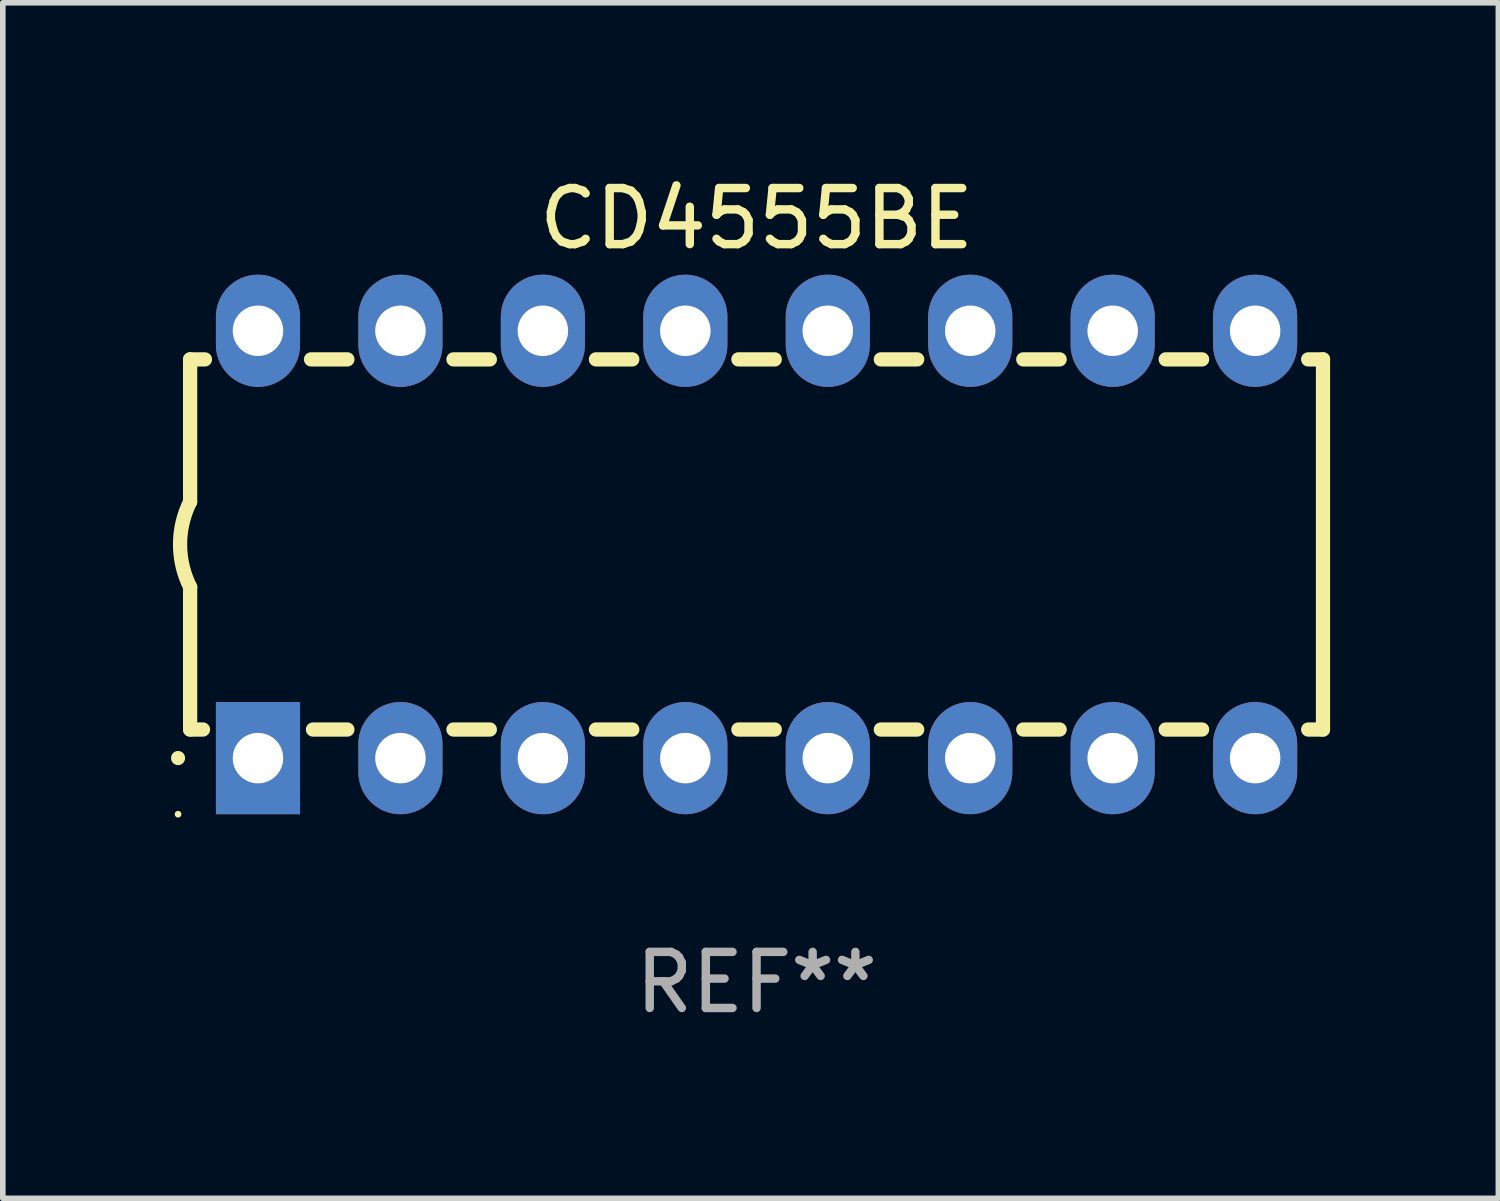
<source format=kicad_pcb>
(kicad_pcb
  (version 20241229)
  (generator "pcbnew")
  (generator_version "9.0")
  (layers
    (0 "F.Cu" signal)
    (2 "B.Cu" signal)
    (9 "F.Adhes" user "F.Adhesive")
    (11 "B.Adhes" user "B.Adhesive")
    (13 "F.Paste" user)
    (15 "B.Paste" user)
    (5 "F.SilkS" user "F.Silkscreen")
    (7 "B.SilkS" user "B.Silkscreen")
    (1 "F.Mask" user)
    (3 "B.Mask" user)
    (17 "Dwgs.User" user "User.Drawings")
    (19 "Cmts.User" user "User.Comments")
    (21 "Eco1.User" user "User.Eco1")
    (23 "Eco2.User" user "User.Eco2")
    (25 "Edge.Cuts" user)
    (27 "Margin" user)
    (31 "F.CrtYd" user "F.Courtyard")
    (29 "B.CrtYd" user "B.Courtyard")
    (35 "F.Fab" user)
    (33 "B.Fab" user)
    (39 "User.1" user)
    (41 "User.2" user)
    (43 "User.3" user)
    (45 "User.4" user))
  (footprint "CD4555BE"
    (layer "F.Cu")
    (at 10.44 6.658)
    (property "Reference" "CD4555BE" (at 0 -5.81 0) (layer "F.SilkS") (effects (font (size 1 1) (thickness 0.15))))
    (attr through_hole)
    (fp_line (start -10.1 -3.3) (end -10.1 -0.762) (stroke (width 0.254) (type solid)) (layer "F.SilkS"))
    (fp_line (start -10.1 -3.3) (end -9.836 -3.3) (stroke (width 0.254) (type solid)) (layer "F.SilkS"))
    (fp_line (start -10.1 3.3) (end -10.1 0.762) (stroke (width 0.254) (type solid)) (layer "F.SilkS"))
    (fp_line (start -9.871 3.3) (end -10.1 3.3) (stroke (width 0.254) (type solid)) (layer "F.SilkS"))
    (fp_line (start -7.944 -3.3) (end -7.296 -3.3) (stroke (width 0.254) (type solid)) (layer "F.SilkS"))
    (fp_line (start -7.296 3.3) (end -7.909 3.3) (stroke (width 0.254) (type solid)) (layer "F.SilkS"))
    (fp_line (start -5.404 -3.3) (end -4.756 -3.3) (stroke (width 0.254) (type solid)) (layer "F.SilkS"))
    (fp_line (start -4.756 3.3) (end -5.404 3.3) (stroke (width 0.254) (type solid)) (layer "F.SilkS"))
    (fp_line (start -2.864 -3.3) (end -2.216 -3.3) (stroke (width 0.254) (type solid)) (layer "F.SilkS"))
    (fp_line (start -2.216 3.3) (end -2.864 3.3) (stroke (width 0.254) (type solid)) (layer "F.SilkS"))
    (fp_line (start -0.324 -3.3) (end 0.324 -3.3) (stroke (width 0.254) (type solid)) (layer "F.SilkS"))
    (fp_line (start 0.324 3.3) (end -0.324 3.3) (stroke (width 0.254) (type solid)) (layer "F.SilkS"))
    (fp_line (start 2.216 -3.3) (end 2.864 -3.3) (stroke (width 0.254) (type solid)) (layer "F.SilkS"))
    (fp_line (start 2.864 3.3) (end 2.216 3.3) (stroke (width 0.254) (type solid)) (layer "F.SilkS"))
    (fp_line (start 4.756 -3.3) (end 5.404 -3.3) (stroke (width 0.254) (type solid)) (layer "F.SilkS"))
    (fp_line (start 5.404 3.3) (end 4.756 3.3) (stroke (width 0.254) (type solid)) (layer "F.SilkS"))
    (fp_line (start 7.296 -3.3) (end 7.944 -3.3) (stroke (width 0.254) (type solid)) (layer "F.SilkS"))
    (fp_line (start 7.944 3.3) (end 7.296 3.3) (stroke (width 0.254) (type solid)) (layer "F.SilkS"))
    (fp_line (start 9.836 -3.3) (end 10.1 -3.3) (stroke (width 0.254) (type solid)) (layer "F.SilkS"))
    (fp_line (start 10.1 3.3) (end 9.836 3.3) (stroke (width 0.254) (type solid)) (layer "F.SilkS"))
    (fp_line (start 10.1 3.3) (end 10.1 -3.3) (stroke (width 0.254) (type solid)) (layer "F.SilkS"))
    (fp_arc (start -10.314948 3.810008) (mid -10.314955 3.808738) (end -10.314948 3.807468) (stroke (width 0.25) (type solid)) (layer "F.SilkS"))
    (fp_arc (start -10.099048 0.762001) (mid -10.279271 0.000116) (end -10.100038 -0.762002) (stroke (width 0.254001) (type solid)) (layer "F.SilkS"))
    (fp_circle (center -10.315 4.81) (end -10.285 4.81) (stroke (width 0.06) (type solid)) (fill no) (layer "F.SilkS"))
    (fp_text user "REF**" (at 0 7.81 0) (layer "F.Fab") (effects (font (size 1 1) (thickness 0.15))))
    (pad "1" thru_hole rect (at -8.89 3.81 90) (size 2 1.5) (drill 0.9) (layers "*.Cu" "*.Mask"))
    (pad "2" thru_hole oval (at -6.35 3.81 90) (size 2 1.5) (drill 0.9) (layers "*.Cu" "*.Mask"))
    (pad "3" thru_hole oval (at -3.81 3.81 90) (size 2 1.5) (drill 0.9) (layers "*.Cu" "*.Mask"))
    (pad "4" thru_hole oval (at -1.27 3.81 90) (size 2 1.5) (drill 0.9) (layers "*.Cu" "*.Mask"))
    (pad "5" thru_hole oval (at 1.27 3.81 90) (size 2 1.5) (drill 0.9) (layers "*.Cu" "*.Mask"))
    (pad "6" thru_hole oval (at 3.81 3.81 90) (size 2 1.5) (drill 0.9) (layers "*.Cu" "*.Mask"))
    (pad "7" thru_hole oval (at 6.35 3.81 90) (size 2 1.5) (drill 0.9) (layers "*.Cu" "*.Mask"))
    (pad "8" thru_hole oval (at 8.89 3.81 90) (size 2 1.5) (drill 0.9) (layers "*.Cu" "*.Mask"))
    (pad "9" thru_hole oval (at 8.89 -3.81 90) (size 2 1.5) (drill 0.9) (layers "*.Cu" "*.Mask"))
    (pad "10" thru_hole oval (at 6.35 -3.81 90) (size 2 1.5) (drill 0.9) (layers "*.Cu" "*.Mask"))
    (pad "11" thru_hole oval (at 3.81 -3.81 90) (size 2 1.5) (drill 0.9) (layers "*.Cu" "*.Mask"))
    (pad "12" thru_hole oval (at 1.27 -3.81 90) (size 2 1.5) (drill 0.9) (layers "*.Cu" "*.Mask"))
    (pad "13" thru_hole oval (at -1.27 -3.81 90) (size 2 1.5) (drill 0.9) (layers "*.Cu" "*.Mask"))
    (pad "14" thru_hole oval (at -3.81 -3.81 90) (size 2 1.5) (drill 0.9) (layers "*.Cu" "*.Mask"))
    (pad "15" thru_hole oval (at -6.35 -3.81 90) (size 2 1.5) (drill 0.9) (layers "*.Cu" "*.Mask"))
    (pad "16" thru_hole oval (at -8.89 -3.81 90) (size 2 1.5) (drill 0.9) (layers "*.Cu" "*.Mask")))
  (gr_rect
    (start -3 -3)
    (end 23.667 18.317)
    (stroke (width 0.1) (type default))
    (fill no)
    (layer "Edge.Cuts")))
</source>
